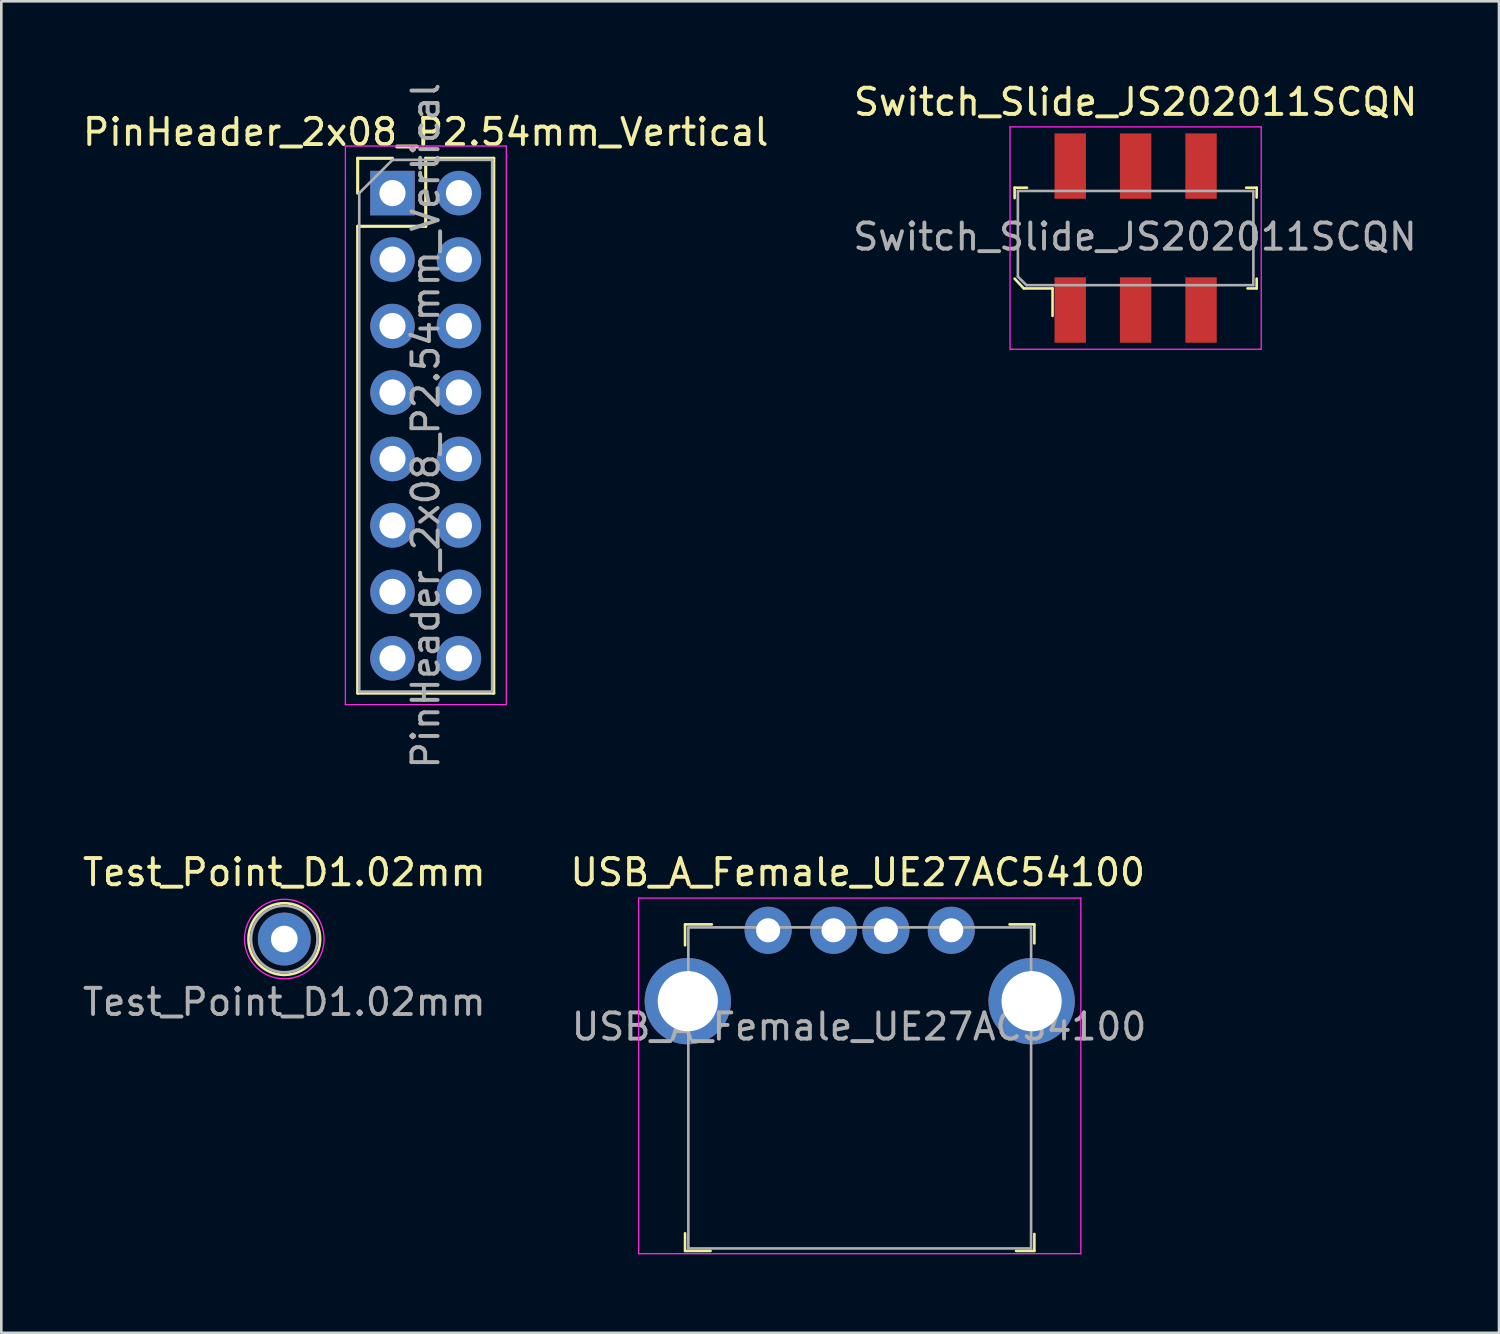
<source format=kicad_pcb>
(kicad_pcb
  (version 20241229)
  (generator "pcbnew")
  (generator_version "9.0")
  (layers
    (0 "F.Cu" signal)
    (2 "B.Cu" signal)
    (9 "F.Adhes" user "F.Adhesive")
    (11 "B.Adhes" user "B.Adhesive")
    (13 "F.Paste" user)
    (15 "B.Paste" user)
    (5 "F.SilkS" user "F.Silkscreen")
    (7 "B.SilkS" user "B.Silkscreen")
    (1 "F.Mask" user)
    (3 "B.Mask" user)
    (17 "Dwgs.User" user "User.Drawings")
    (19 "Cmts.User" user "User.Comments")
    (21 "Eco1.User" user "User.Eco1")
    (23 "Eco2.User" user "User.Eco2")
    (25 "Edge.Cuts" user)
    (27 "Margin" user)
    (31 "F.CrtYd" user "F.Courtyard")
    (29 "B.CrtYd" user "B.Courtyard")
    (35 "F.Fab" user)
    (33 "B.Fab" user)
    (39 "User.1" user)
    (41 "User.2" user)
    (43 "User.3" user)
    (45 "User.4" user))
  (footprint "Test_Point_D1.02mm"
    (layer "F.Cu")
    (at 7.815 32.839)
    (property "Reference" "Test_Point_D1.02mm" (at 0 -2.55 0) (layer "F.SilkS") (effects (font (size 1 1) (thickness 0.15))))
    (attr exclude_from_pos_files exclude_from_bom)
    (fp_circle (center 0 0) (end 1.37 0) (stroke (width 0.1) (type solid)) (fill no) (layer "F.SilkS"))
    (fp_circle (center 0 0) (end 1.52 0) (stroke (width 0.05) (type solid)) (fill no) (layer "F.CrtYd"))
    (fp_circle (center 0 0) (end 1.27 0) (stroke (width 0.1) (type solid)) (fill no) (layer "F.Fab"))
    (fp_text user "${REFERENCE}" (at 0 2.41 0) (layer "F.Fab") (effects (font (size 1 1) (thickness 0.15))))
    (pad "1" thru_hole circle (at 0 0) (size 2.02 2.02) (drill 1.02) (layers "*.Cu" "*.Mask")))
  (footprint "USB_A_Female_UE27AC54100"
    (layer "F.Cu")
    (at 29.807 35.214)
    (property "Reference" "USB_A_Female_UE27AC54100" (at -0.075 -4.925 0) (layer "F.SilkS") (effects (font (size 1 1) (thickness 0.15))))
    (attr through_hole)
    (fp_line (start -6.675 -2.935) (end -6.675 -2.135) (stroke (width 0.1) (type solid)) (layer "F.SilkS"))
    (fp_line (start -6.675 9.545) (end -6.675 8.87) (stroke (width 0.1) (type solid)) (layer "F.SilkS"))
    (fp_line (start -5.7 9.545) (end -6.675 9.545) (stroke (width 0.1) (type solid)) (layer "F.SilkS"))
    (fp_line (start -5.65 -2.935) (end -6.675 -2.935) (stroke (width 0.1) (type solid)) (layer "F.SilkS"))
    (fp_line (start 5.725 -2.935) (end 6.675 -2.935) (stroke (width 0.1) (type solid)) (layer "F.SilkS"))
    (fp_line (start 6.675 -2.935) (end 6.675 -2.21) (stroke (width 0.1) (type solid)) (layer "F.SilkS"))
    (fp_line (start 6.675 8.895) (end 6.675 9.545) (stroke (width 0.1) (type solid)) (layer "F.SilkS"))
    (fp_line (start 6.675 9.545) (end 5.975 9.545) (stroke (width 0.1) (type solid)) (layer "F.SilkS"))
    (fp_line (start -8.45 -3.94) (end -8.45 9.65) (stroke (width 0.05) (type solid)) (layer "F.CrtYd"))
    (fp_line (start -8.45 -3.94) (end 8.45 -3.94) (stroke (width 0.05) (type solid)) (layer "F.CrtYd"))
    (fp_line (start -8.45 9.65) (end 8.45 9.65) (stroke (width 0.05) (type solid)) (layer "F.CrtYd"))
    (fp_line (start 8.45 -3.94) (end 8.45 9.65) (stroke (width 0.05) (type solid)) (layer "F.CrtYd"))
    (fp_line (start -6.55 -2.82) (end 6.55 -2.82) (stroke (width 0.1) (type solid)) (layer "F.Fab"))
    (fp_line (start -6.55 -2.8) (end -6.55 9.45) (stroke (width 0.1) (type solid)) (layer "F.Fab"))
    (fp_line (start -6.55 9.45) (end 6.55 9.45) (stroke (width 0.1) (type solid)) (layer "F.Fab"))
    (fp_line (start 6.55 -2.8) (end 6.55 9.45) (stroke (width 0.1) (type solid)) (layer "F.Fab"))
    (fp_text user "${REFERENCE}" (at -0.025 0.975 0) (layer "F.Fab") (effects (font (size 1 1) (thickness 0.15))))
    (pad "1" thru_hole circle (at -3.5 -2.71) (size 1.8 1.8) (drill 0.92) (layers "*.Cu" "*.Mask"))
    (pad "2" thru_hole circle (at -1 -2.71) (size 1.8 1.8) (drill 0.92) (layers "*.Cu" "*.Mask"))
    (pad "3" thru_hole circle (at 1 -2.71) (size 1.8 1.8) (drill 0.92) (layers "*.Cu" "*.Mask"))
    (pad "4" thru_hole circle (at 3.5 -2.71) (size 1.8 1.8) (drill 0.92) (layers "*.Cu" "*.Mask"))
    (pad "SH" thru_hole circle (at -6.57 0) (size 3.3 3.3) (drill 2.3) (layers "*.Cu" "*.Mask"))
    (pad "SH" thru_hole circle (at 6.57 0) (size 3.3 3.3) (drill 2.3) (layers "*.Cu" "*.Mask")))
  (footprint "Switch_Slide_JS202011SCQN"
    (layer "F.Cu")
    (at 40.352 6.048)
    (property "Reference" "Switch_Slide_JS202011SCQN" (at 0 -5.2 0) (layer "F.SilkS") (effects (font (size 1 1) (thickness 0.15))))
    (attr smd)
    (fp_line (start -4.625 -1.925) (end -4.625 -1.525) (stroke (width 0.1) (type solid)) (layer "F.SilkS"))
    (fp_line (start -4.625 1.55) (end -4.275 1.925) (stroke (width 0.1) (type solid)) (layer "F.SilkS"))
    (fp_line (start -4.275 1.925) (end -3.175 1.925) (stroke (width 0.1) (type solid)) (layer "F.SilkS"))
    (fp_line (start -4.15 -1.925) (end -4.625 -1.925) (stroke (width 0.1) (type solid)) (layer "F.SilkS"))
    (fp_line (start -3.175 1.925) (end -3.175 2.975) (stroke (width 0.1) (type solid)) (layer "F.SilkS"))
    (fp_line (start 4.225 -1.925) (end 4.625 -1.925) (stroke (width 0.1) (type solid)) (layer "F.SilkS"))
    (fp_line (start 4.625 -1.925) (end 4.625 -1.55) (stroke (width 0.1) (type solid)) (layer "F.SilkS"))
    (fp_line (start 4.625 1.55) (end 4.625 1.925) (stroke (width 0.1) (type solid)) (layer "F.SilkS"))
    (fp_line (start 4.625 1.925) (end 4.275 1.925) (stroke (width 0.1) (type solid)) (layer "F.SilkS"))
    (fp_line (start -4.8 -4.25) (end -4.8 4.25) (stroke (width 0.05) (type solid)) (layer "F.CrtYd"))
    (fp_line (start -4.8 4.25) (end 4.8 4.25) (stroke (width 0.05) (type solid)) (layer "F.CrtYd"))
    (fp_line (start 4.8 -4.25) (end -4.8 -4.25) (stroke (width 0.05) (type solid)) (layer "F.CrtYd"))
    (fp_line (start 4.8 -4.25) (end 4.8 4.25) (stroke (width 0.05) (type solid)) (layer "F.CrtYd"))
    (fp_line (start -4.5 1.475) (end -4.5 -1.8) (stroke (width 0.1) (type solid)) (layer "F.Fab"))
    (fp_line (start -4.5 1.475) (end -4.175 1.8) (stroke (width 0.1) (type solid)) (layer "F.Fab"))
    (fp_line (start -4.175 1.8) (end 4.5 1.8) (stroke (width 0.1) (type solid)) (layer "F.Fab"))
    (fp_line (start 4.5 -1.8) (end -4.5 -1.8) (stroke (width 0.1) (type solid)) (layer "F.Fab"))
    (fp_line (start 4.5 -1.8) (end 4.5 1.8) (stroke (width 0.1) (type solid)) (layer "F.Fab"))
    (fp_text user "${REFERENCE}" (at -0.025 -0.05 0) (layer "F.Fab") (effects (font (size 1 1) (thickness 0.15))))
    (pad "1" smd rect (at -2.5 2.75) (size 1.2 2.5) (layers "F.Cu" "F.Mask" "F.Paste"))
    (pad "2" smd rect (at 0 2.75) (size 1.2 2.5) (layers "F.Cu" "F.Mask" "F.Paste"))
    (pad "3" smd rect (at 2.5 2.75) (size 1.2 2.5) (layers "F.Cu" "F.Mask" "F.Paste"))
    (pad "4" smd rect (at -2.5 -2.75) (size 1.2 2.5) (layers "F.Cu" "F.Mask" "F.Paste"))
    (pad "5" smd rect (at 0 -2.75) (size 1.2 2.5) (layers "F.Cu" "F.Mask" "F.Paste"))
    (pad "6" smd rect (at 2.5 -2.75) (size 1.2 2.5) (layers "F.Cu" "F.Mask" "F.Paste")))
  (footprint "PinHeader_2x08_P2.54mm_Vertical"
    (layer "F.Cu")
    (at 11.95 4.33)
    (property "Reference" "PinHeader_2x08_P2.54mm_Vertical" (at 1.27 -2.33 0) (layer "F.SilkS") (effects (font (size 1 1) (thickness 0.15))))
    (attr through_hole)
    (fp_line (start -1.33 -1.33) (end 0 -1.33) (stroke (width 0.12) (type solid)) (layer "F.SilkS"))
    (fp_line (start -1.33 0) (end -1.33 -1.33) (stroke (width 0.12) (type solid)) (layer "F.SilkS"))
    (fp_line (start -1.33 1.27) (end -1.33 19.11) (stroke (width 0.12) (type solid)) (layer "F.SilkS"))
    (fp_line (start -1.33 1.27) (end 1.27 1.27) (stroke (width 0.12) (type solid)) (layer "F.SilkS"))
    (fp_line (start -1.33 19.11) (end 3.87 19.11) (stroke (width 0.12) (type solid)) (layer "F.SilkS"))
    (fp_line (start 1.27 -1.33) (end 3.87 -1.33) (stroke (width 0.12) (type solid)) (layer "F.SilkS"))
    (fp_line (start 1.27 1.27) (end 1.27 -1.33) (stroke (width 0.12) (type solid)) (layer "F.SilkS"))
    (fp_line (start 3.87 -1.33) (end 3.87 19.11) (stroke (width 0.12) (type solid)) (layer "F.SilkS"))
    (fp_line (start -1.8 -1.8) (end -1.8 19.55) (stroke (width 0.05) (type solid)) (layer "F.CrtYd"))
    (fp_line (start -1.8 19.55) (end 4.35 19.55) (stroke (width 0.05) (type solid)) (layer "F.CrtYd"))
    (fp_line (start 4.35 -1.8) (end -1.8 -1.8) (stroke (width 0.05) (type solid)) (layer "F.CrtYd"))
    (fp_line (start 4.35 19.55) (end 4.35 -1.8) (stroke (width 0.05) (type solid)) (layer "F.CrtYd"))
    (fp_line (start -1.27 0) (end 0 -1.27) (stroke (width 0.1) (type solid)) (layer "F.Fab"))
    (fp_line (start -1.27 19.05) (end -1.27 0) (stroke (width 0.1) (type solid)) (layer "F.Fab"))
    (fp_line (start 0 -1.27) (end 3.81 -1.27) (stroke (width 0.1) (type solid)) (layer "F.Fab"))
    (fp_line (start 3.81 -1.27) (end 3.81 19.05) (stroke (width 0.1) (type solid)) (layer "F.Fab"))
    (fp_line (start 3.81 19.05) (end -1.27 19.05) (stroke (width 0.1) (type solid)) (layer "F.Fab"))
    (fp_text user "${REFERENCE}" (at 1.27 8.89 90) (layer "F.Fab") (effects (font (size 1 1) (thickness 0.15))))
    (pad "1" thru_hole rect (at 0 0) (size 1.7 1.7) (drill 1) (layers "*.Cu" "*.Mask"))
    (pad "2" thru_hole oval (at 2.54 0) (size 1.7 1.7) (drill 1) (layers "*.Cu" "*.Mask"))
    (pad "3" thru_hole oval (at 0 2.54) (size 1.7 1.7) (drill 1) (layers "*.Cu" "*.Mask"))
    (pad "4" thru_hole oval (at 2.54 2.54) (size 1.7 1.7) (drill 1) (layers "*.Cu" "*.Mask"))
    (pad "5" thru_hole oval (at 0 5.08) (size 1.7 1.7) (drill 1) (layers "*.Cu" "*.Mask"))
    (pad "6" thru_hole oval (at 2.54 5.08) (size 1.7 1.7) (drill 1) (layers "*.Cu" "*.Mask"))
    (pad "7" thru_hole oval (at 0 7.62) (size 1.7 1.7) (drill 1) (layers "*.Cu" "*.Mask"))
    (pad "8" thru_hole oval (at 2.54 7.62) (size 1.7 1.7) (drill 1) (layers "*.Cu" "*.Mask"))
    (pad "9" thru_hole oval (at 0 10.16) (size 1.7 1.7) (drill 1) (layers "*.Cu" "*.Mask"))
    (pad "10" thru_hole oval (at 2.54 10.16) (size 1.7 1.7) (drill 1) (layers "*.Cu" "*.Mask"))
    (pad "11" thru_hole oval (at 0 12.7) (size 1.7 1.7) (drill 1) (layers "*.Cu" "*.Mask"))
    (pad "12" thru_hole oval (at 2.54 12.7) (size 1.7 1.7) (drill 1) (layers "*.Cu" "*.Mask"))
    (pad "13" thru_hole oval (at 0 15.24) (size 1.7 1.7) (drill 1) (layers "*.Cu" "*.Mask"))
    (pad "14" thru_hole oval (at 2.54 15.24) (size 1.7 1.7) (drill 1) (layers "*.Cu" "*.Mask"))
    (pad "15" thru_hole oval (at 0 17.78) (size 1.7 1.7) (drill 1) (layers "*.Cu" "*.Mask"))
    (pad "16" thru_hole oval (at 2.54 17.78) (size 1.7 1.7) (drill 1) (layers "*.Cu" "*.Mask")))
  (gr_rect
    (start -3 -3)
    (end 54.239 47.889)
    (stroke (width 0.1) (type default))
    (fill no)
    (layer "Edge.Cuts")))
</source>
